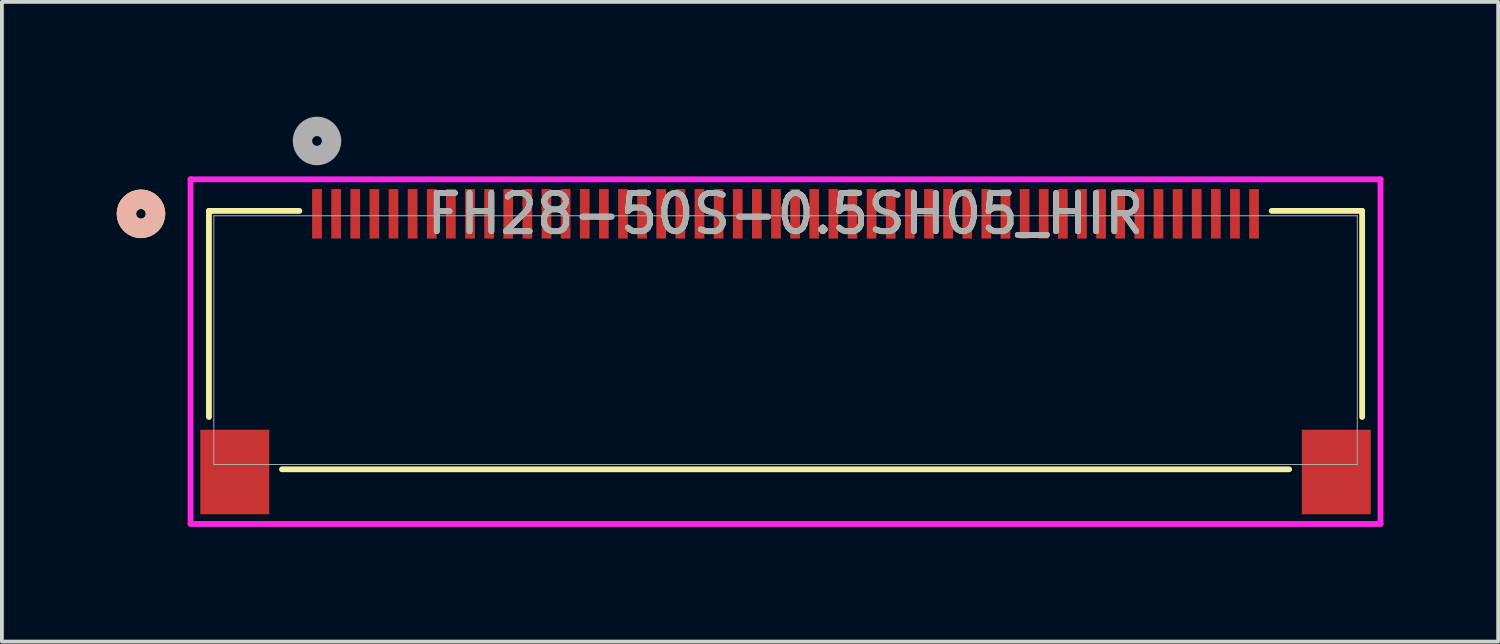
<source format=kicad_pcb>
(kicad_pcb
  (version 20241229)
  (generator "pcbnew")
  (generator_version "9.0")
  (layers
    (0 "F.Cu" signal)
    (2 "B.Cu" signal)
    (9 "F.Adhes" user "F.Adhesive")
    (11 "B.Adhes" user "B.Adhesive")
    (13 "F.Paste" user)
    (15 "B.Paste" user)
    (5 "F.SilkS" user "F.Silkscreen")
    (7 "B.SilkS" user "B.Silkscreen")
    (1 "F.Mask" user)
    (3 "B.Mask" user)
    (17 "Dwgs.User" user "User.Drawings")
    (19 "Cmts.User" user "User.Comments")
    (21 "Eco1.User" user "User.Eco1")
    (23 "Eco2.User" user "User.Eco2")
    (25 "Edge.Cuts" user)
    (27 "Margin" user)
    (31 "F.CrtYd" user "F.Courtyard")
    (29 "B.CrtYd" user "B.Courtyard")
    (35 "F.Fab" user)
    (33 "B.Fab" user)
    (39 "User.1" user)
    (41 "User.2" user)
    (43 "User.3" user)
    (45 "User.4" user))
  (footprint "FH28-50S-0.5SH05_HIR"
    (layer "F.Cu")
    (at 5.238 2.54)
    (property "Reference" "FH28-50S-0.5SH05_HIR" (at 12.25 0 0) (unlocked yes) (layer "F.SilkS") (effects (font (size 1 1) (thickness 0.15))))
    (attr smd)
    (fp_line (start -2.825 -0.076) (end -2.825 5.312) (stroke (width 0.152) (type solid)) (layer "F.SilkS"))
    (fp_line (start -0.916 6.68) (end 25.416 6.68) (stroke (width 0.152) (type solid)) (layer "F.SilkS"))
    (fp_line (start -0.46 -0.076) (end -2.825 -0.076) (stroke (width 0.152) (type solid)) (layer "F.SilkS"))
    (fp_line (start 27.325 -0.076) (end 24.96 -0.076) (stroke (width 0.152) (type solid)) (layer "F.SilkS"))
    (fp_line (start 27.325 5.312) (end 27.325 -0.076) (stroke (width 0.152) (type solid)) (layer "F.SilkS"))
    (fp_circle (center -4.603 0) (end -4.222 0) (stroke (width 0.508) (type solid)) (fill no) (layer "F.SilkS"))
    (fp_circle (center -4.603 0) (end -4.222 0) (stroke (width 0.508) (type solid)) (fill no) (layer "B.SilkS"))
    (fp_line (start -3.306 -0.902) (end -3.306 8.109) (stroke (width 0.152) (type solid)) (layer "F.CrtYd"))
    (fp_line (start -3.306 8.109) (end 27.806 8.109) (stroke (width 0.152) (type solid)) (layer "F.CrtYd"))
    (fp_line (start 27.806 -0.902) (end -3.306 -0.902) (stroke (width 0.152) (type solid)) (layer "F.CrtYd"))
    (fp_line (start 27.806 8.109) (end 27.806 -0.902) (stroke (width 0.152) (type solid)) (layer "F.CrtYd"))
    (fp_line (start -2.698 0.051) (end -2.698 6.553) (stroke (width 0.025) (type solid)) (layer "F.Fab"))
    (fp_line (start -2.698 6.553) (end 27.198 6.553) (stroke (width 0.025) (type solid)) (layer "F.Fab"))
    (fp_line (start 27.198 0.051) (end -2.698 0.051) (stroke (width 0.025) (type solid)) (layer "F.Fab"))
    (fp_line (start 27.198 6.553) (end 27.198 0.051) (stroke (width 0.025) (type solid)) (layer "F.Fab"))
    (fp_circle (center 0 -1.905) (end 0.381 -1.905) (stroke (width 0.508) (type solid)) (fill no) (layer "F.Fab"))
    (fp_text user "${REFERENCE}" (at 12.25 0 0) (unlocked yes) (layer "F.Fab") (effects (font (size 1 1) (thickness 0.15))))
    (pad "1" smd rect (at 0 0) (size 0.254 1.295) (layers "F.Cu" "F.Mask" "F.Paste"))
    (pad "2" smd rect (at 0.5 0) (size 0.254 1.295) (layers "F.Cu" "F.Mask" "F.Paste"))
    (pad "3" smd rect (at 1 0) (size 0.254 1.295) (layers "F.Cu" "F.Mask" "F.Paste"))
    (pad "4" smd rect (at 1.5 0) (size 0.254 1.295) (layers "F.Cu" "F.Mask" "F.Paste"))
    (pad "5" smd rect (at 2 0) (size 0.254 1.295) (layers "F.Cu" "F.Mask" "F.Paste"))
    (pad "6" smd rect (at 2.5 0) (size 0.254 1.295) (layers "F.Cu" "F.Mask" "F.Paste"))
    (pad "7" smd rect (at 3 0) (size 0.254 1.295) (layers "F.Cu" "F.Mask" "F.Paste"))
    (pad "8" smd rect (at 3.5 0) (size 0.254 1.295) (layers "F.Cu" "F.Mask" "F.Paste"))
    (pad "9" smd rect (at 4 0) (size 0.254 1.295) (layers "F.Cu" "F.Mask" "F.Paste"))
    (pad "10" smd rect (at 4.5 0) (size 0.254 1.295) (layers "F.Cu" "F.Mask" "F.Paste"))
    (pad "11" smd rect (at 5 0) (size 0.254 1.295) (layers "F.Cu" "F.Mask" "F.Paste"))
    (pad "12" smd rect (at 5.5 0) (size 0.254 1.295) (layers "F.Cu" "F.Mask" "F.Paste"))
    (pad "13" smd rect (at 6 0) (size 0.254 1.295) (layers "F.Cu" "F.Mask" "F.Paste"))
    (pad "14" smd rect (at 6.5 0) (size 0.254 1.295) (layers "F.Cu" "F.Mask" "F.Paste"))
    (pad "15" smd rect (at 7 0) (size 0.254 1.295) (layers "F.Cu" "F.Mask" "F.Paste"))
    (pad "16" smd rect (at 7.5 0) (size 0.254 1.295) (layers "F.Cu" "F.Mask" "F.Paste"))
    (pad "17" smd rect (at 8 0) (size 0.254 1.295) (layers "F.Cu" "F.Mask" "F.Paste"))
    (pad "18" smd rect (at 8.5 0) (size 0.254 1.295) (layers "F.Cu" "F.Mask" "F.Paste"))
    (pad "19" smd rect (at 9 0) (size 0.254 1.295) (layers "F.Cu" "F.Mask" "F.Paste"))
    (pad "20" smd rect (at 9.5 0) (size 0.254 1.295) (layers "F.Cu" "F.Mask" "F.Paste"))
    (pad "21" smd rect (at 10 0) (size 0.254 1.295) (layers "F.Cu" "F.Mask" "F.Paste"))
    (pad "22" smd rect (at 10.5 0) (size 0.254 1.295) (layers "F.Cu" "F.Mask" "F.Paste"))
    (pad "23" smd rect (at 11 0) (size 0.254 1.295) (layers "F.Cu" "F.Mask" "F.Paste"))
    (pad "24" smd rect (at 11.5 0) (size 0.254 1.295) (layers "F.Cu" "F.Mask" "F.Paste"))
    (pad "25" smd rect (at 12 0) (size 0.254 1.295) (layers "F.Cu" "F.Mask" "F.Paste"))
    (pad "26" smd rect (at 12.5 0) (size 0.254 1.295) (layers "F.Cu" "F.Mask" "F.Paste"))
    (pad "27" smd rect (at 13 0) (size 0.254 1.295) (layers "F.Cu" "F.Mask" "F.Paste"))
    (pad "28" smd rect (at 13.5 0) (size 0.254 1.295) (layers "F.Cu" "F.Mask" "F.Paste"))
    (pad "29" smd rect (at 14 0) (size 0.254 1.295) (layers "F.Cu" "F.Mask" "F.Paste"))
    (pad "30" smd rect (at 14.5 0) (size 0.254 1.295) (layers "F.Cu" "F.Mask" "F.Paste"))
    (pad "31" smd rect (at 15 0) (size 0.254 1.295) (layers "F.Cu" "F.Mask" "F.Paste"))
    (pad "32" smd rect (at 15.5 0) (size 0.254 1.295) (layers "F.Cu" "F.Mask" "F.Paste"))
    (pad "33" smd rect (at 16 0) (size 0.254 1.295) (layers "F.Cu" "F.Mask" "F.Paste"))
    (pad "34" smd rect (at 16.5 0) (size 0.254 1.295) (layers "F.Cu" "F.Mask" "F.Paste"))
    (pad "35" smd rect (at 17 0) (size 0.254 1.295) (layers "F.Cu" "F.Mask" "F.Paste"))
    (pad "36" smd rect (at 17.5 0) (size 0.254 1.295) (layers "F.Cu" "F.Mask" "F.Paste"))
    (pad "37" smd rect (at 18 0) (size 0.254 1.295) (layers "F.Cu" "F.Mask" "F.Paste"))
    (pad "38" smd rect (at 18.5 0) (size 0.254 1.295) (layers "F.Cu" "F.Mask" "F.Paste"))
    (pad "39" smd rect (at 19 0) (size 0.254 1.295) (layers "F.Cu" "F.Mask" "F.Paste"))
    (pad "40" smd rect (at 19.5 0) (size 0.254 1.295) (layers "F.Cu" "F.Mask" "F.Paste"))
    (pad "41" smd rect (at 20 0) (size 0.254 1.295) (layers "F.Cu" "F.Mask" "F.Paste"))
    (pad "42" smd rect (at 20.5 0) (size 0.254 1.295) (layers "F.Cu" "F.Mask" "F.Paste"))
    (pad "43" smd rect (at 21 0) (size 0.254 1.295) (layers "F.Cu" "F.Mask" "F.Paste"))
    (pad "44" smd rect (at 21.5 0) (size 0.254 1.295) (layers "F.Cu" "F.Mask" "F.Paste"))
    (pad "45" smd rect (at 22 0) (size 0.254 1.295) (layers "F.Cu" "F.Mask" "F.Paste"))
    (pad "46" smd rect (at 22.5 0) (size 0.254 1.295) (layers "F.Cu" "F.Mask" "F.Paste"))
    (pad "47" smd rect (at 23 0) (size 0.254 1.295) (layers "F.Cu" "F.Mask" "F.Paste"))
    (pad "48" smd rect (at 23.5 0) (size 0.254 1.295) (layers "F.Cu" "F.Mask" "F.Paste"))
    (pad "49" smd rect (at 24 0) (size 0.254 1.295) (layers "F.Cu" "F.Mask" "F.Paste"))
    (pad "50" smd rect (at 24.5 0) (size 0.254 1.295) (layers "F.Cu" "F.Mask" "F.Paste"))
    (pad "51" smd rect (at -2.15 6.75) (size 1.803 2.21) (layers "F.Cu" "F.Mask" "F.Paste"))
    (pad "52" smd rect (at 26.65 6.75) (size 1.803 2.21) (layers "F.Cu" "F.Mask" "F.Paste")))
  (gr_rect
    (start -3 -3)
    (end 36.12 13.725)
    (stroke (width 0.1) (type default))
    (fill no)
    (layer "Edge.Cuts")))
</source>
